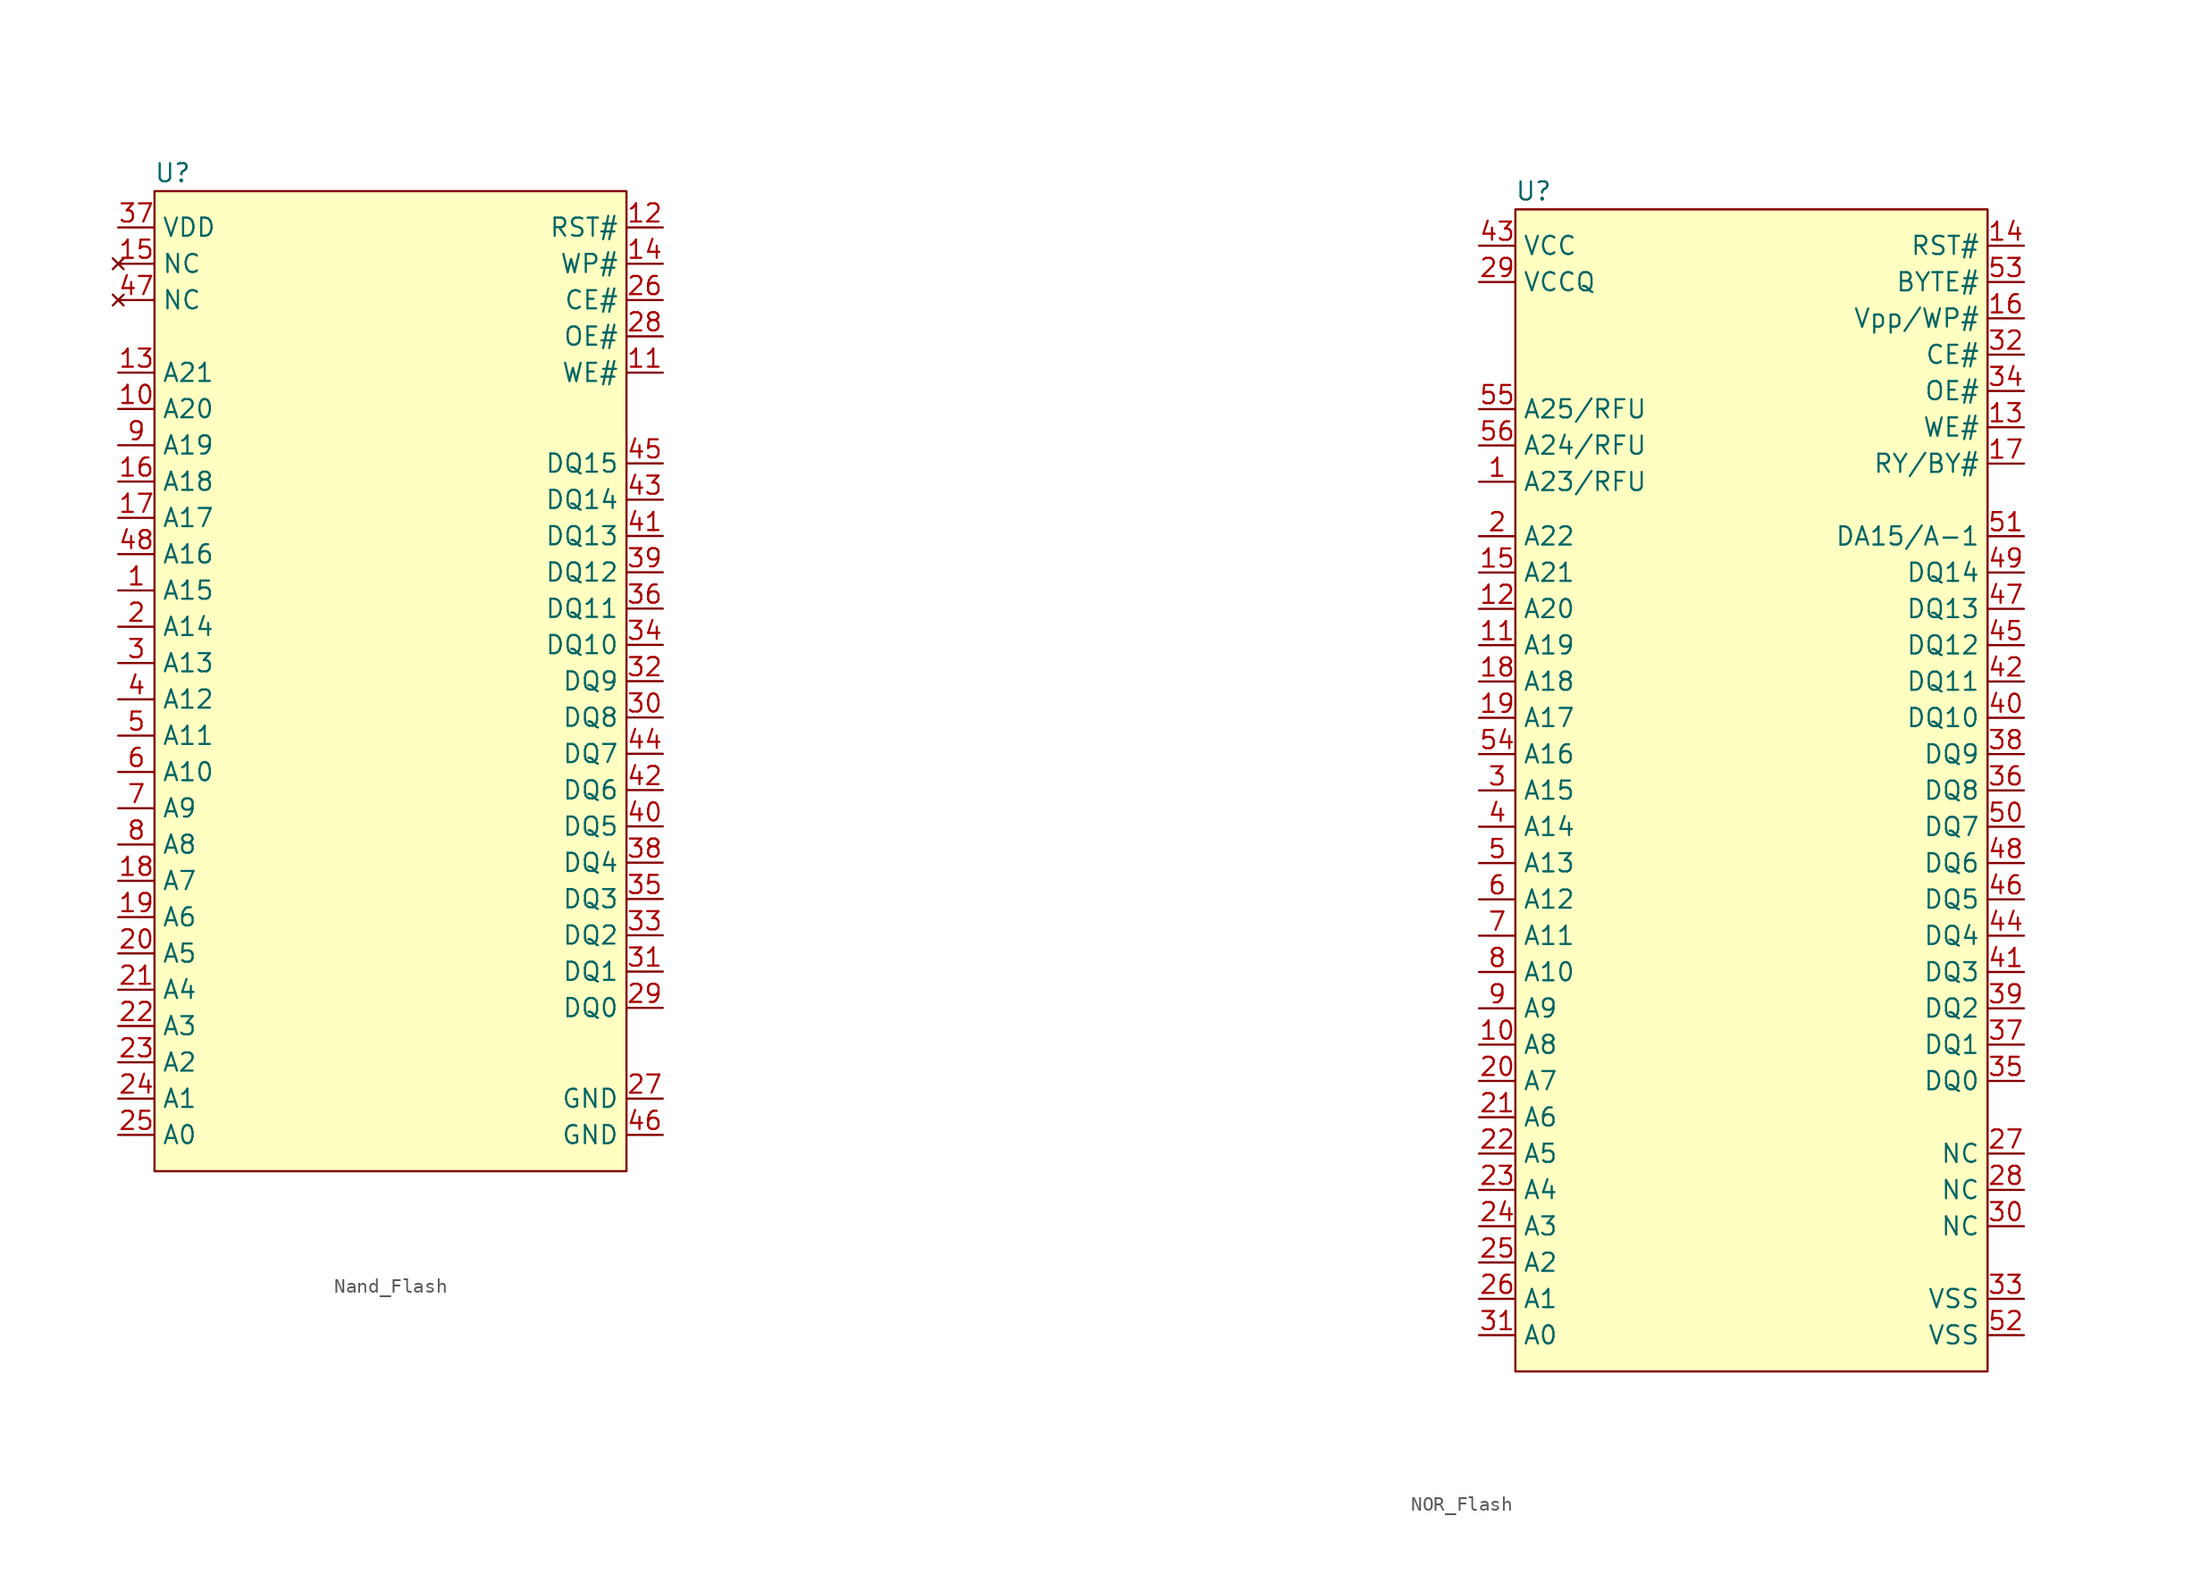
<source format=kicad_sym>
(kicad_symbol_lib
  (version 20220914)
  (generator kicad_symbol_editor)
  (symbol "Nand_Flash"
    (property "Reference" "U"
      (at 1.27 69.85 0)
      (effects (font (size 1.27 1.27))))
    (property "Value" ""
      (at -2.54 40.64 0)
      (effects (font (size 1.27 1.27))))
    (symbol "Nand_Flash_0_0"
      (pin input line (at -2.54 40.64 0) (length 2.54) (name "A15" (effects (font (size 1.27 1.27)))) (number "1" (effects (font (size 1.27 1.27)))))
      (pin input line (at -2.54 53.34 0) (length 2.54) (name "A20" (effects (font (size 1.27 1.27)))) (number "10" (effects (font (size 1.27 1.27)))))
      (pin input line (at 35.56 55.88 180) (length 2.54) (name "WE#" (effects (font (size 1.27 1.27)))) (number "11" (effects (font (size 1.27 1.27)))))
      (pin input line (at 35.56 66.04 180) (length 2.54) (name "RST#" (effects (font (size 1.27 1.27)))) (number "12" (effects (font (size 1.27 1.27)))))
      (pin input line (at -2.54 55.88 0) (length 2.54) (name "A21" (effects (font (size 1.27 1.27)))) (number "13" (effects (font (size 1.27 1.27)))))
      (pin input line (at 35.56 63.5 180) (length 2.54) (name "WP#" (effects (font (size 1.27 1.27)))) (number "14" (effects (font (size 1.27 1.27)))))
      (pin no_connect line (at -2.54 63.5 0) (length 2.54) (name "NC" (effects (font (size 1.27 1.27)))) (number "15" (effects (font (size 1.27 1.27)))))
      (pin input line (at -2.54 48.26 0) (length 2.54) (name "A18" (effects (font (size 1.27 1.27)))) (number "16" (effects (font (size 1.27 1.27)))))
      (pin input line (at -2.54 45.72 0) (length 2.54) (name "A17" (effects (font (size 1.27 1.27)))) (number "17" (effects (font (size 1.27 1.27)))))
      (pin input line (at -2.54 20.32 0) (length 2.54) (name "A7" (effects (font (size 1.27 1.27)))) (number "18" (effects (font (size 1.27 1.27)))))
      (pin input line (at -2.54 17.78 0) (length 2.54) (name "A6" (effects (font (size 1.27 1.27)))) (number "19" (effects (font (size 1.27 1.27)))))
      (pin input line (at -2.54 38.1 0) (length 2.54) (name "A14" (effects (font (size 1.27 1.27)))) (number "2" (effects (font (size 1.27 1.27)))))
      (pin input line (at -2.54 15.24 0) (length 2.54) (name "A5" (effects (font (size 1.27 1.27)))) (number "20" (effects (font (size 1.27 1.27)))))
      (pin input line (at -2.54 12.7 0) (length 2.54) (name "A4" (effects (font (size 1.27 1.27)))) (number "21" (effects (font (size 1.27 1.27)))))
      (pin input line (at -2.54 10.16 0) (length 2.54) (name "A3" (effects (font (size 1.27 1.27)))) (number "22" (effects (font (size 1.27 1.27)))))
      (pin input line (at -2.54 7.62 0) (length 2.54) (name "A2" (effects (font (size 1.27 1.27)))) (number "23" (effects (font (size 1.27 1.27)))))
      (pin input line (at -2.54 5.08 0) (length 2.54) (name "A1" (effects (font (size 1.27 1.27)))) (number "24" (effects (font (size 1.27 1.27)))))
      (pin input line (at -2.54 2.54 0) (length 2.54) (name "A0" (effects (font (size 1.27 1.27)))) (number "25" (effects (font (size 1.27 1.27)))))
      (pin input line (at 35.56 60.96 180) (length 2.54) (name "CE#" (effects (font (size 1.27 1.27)))) (number "26" (effects (font (size 1.27 1.27)))))
      (pin input line (at 35.56 5.08 180) (length 2.54) (name "GND" (effects (font (size 1.27 1.27)))) (number "27" (effects (font (size 1.27 1.27)))))
      (pin input line (at 35.56 58.42 180) (length 2.54) (name "OE#" (effects (font (size 1.27 1.27)))) (number "28" (effects (font (size 1.27 1.27)))))
      (pin input line (at 35.56 11.43 180) (length 2.54) (name "DQ0" (effects (font (size 1.27 1.27)))) (number "29" (effects (font (size 1.27 1.27)))))
      (pin input line (at -2.54 35.56 0) (length 2.54) (name "A13" (effects (font (size 1.27 1.27)))) (number "3" (effects (font (size 1.27 1.27)))))
      (pin input line (at 35.56 31.75 180) (length 2.54) (name "DQ8" (effects (font (size 1.27 1.27)))) (number "30" (effects (font (size 1.27 1.27)))))
      (pin input line (at 35.56 13.97 180) (length 2.54) (name "DQ1" (effects (font (size 1.27 1.27)))) (number "31" (effects (font (size 1.27 1.27)))))
      (pin input line (at 35.56 34.29 180) (length 2.54) (name "DQ9" (effects (font (size 1.27 1.27)))) (number "32" (effects (font (size 1.27 1.27)))))
      (pin input line (at 35.56 16.51 180) (length 2.54) (name "DQ2" (effects (font (size 1.27 1.27)))) (number "33" (effects (font (size 1.27 1.27)))))
      (pin input line (at 35.56 36.83 180) (length 2.54) (name "DQ10" (effects (font (size 1.27 1.27)))) (number "34" (effects (font (size 1.27 1.27)))))
      (pin input line (at 35.56 19.05 180) (length 2.54) (name "DQ3" (effects (font (size 1.27 1.27)))) (number "35" (effects (font (size 1.27 1.27)))))
      (pin input line (at 35.56 39.37 180) (length 2.54) (name "DQ11" (effects (font (size 1.27 1.27)))) (number "36" (effects (font (size 1.27 1.27)))))
      (pin input line (at -2.54 66.04 0) (length 2.54) (name "VDD" (effects (font (size 1.27 1.27)))) (number "37" (effects (font (size 1.27 1.27)))))
      (pin input line (at 35.56 21.59 180) (length 2.54) (name "DQ4" (effects (font (size 1.27 1.27)))) (number "38" (effects (font (size 1.27 1.27)))))
      (pin input line (at 35.56 41.91 180) (length 2.54) (name "DQ12" (effects (font (size 1.27 1.27)))) (number "39" (effects (font (size 1.27 1.27)))))
      (pin input line (at -2.54 33.02 0) (length 2.54) (name "A12" (effects (font (size 1.27 1.27)))) (number "4" (effects (font (size 1.27 1.27)))))
      (pin input line (at 35.56 24.13 180) (length 2.54) (name "DQ5" (effects (font (size 1.27 1.27)))) (number "40" (effects (font (size 1.27 1.27)))))
      (pin input line (at 35.56 44.45 180) (length 2.54) (name "DQ13" (effects (font (size 1.27 1.27)))) (number "41" (effects (font (size 1.27 1.27)))))
      (pin input line (at 35.56 26.67 180) (length 2.54) (name "DQ6" (effects (font (size 1.27 1.27)))) (number "42" (effects (font (size 1.27 1.27)))))
      (pin input line (at 35.56 46.99 180) (length 2.54) (name "DQ14" (effects (font (size 1.27 1.27)))) (number "43" (effects (font (size 1.27 1.27)))))
      (pin input line (at 35.56 29.21 180) (length 2.54) (name "DQ7" (effects (font (size 1.27 1.27)))) (number "44" (effects (font (size 1.27 1.27)))))
      (pin input line (at 35.56 49.53 180) (length 2.54) (name "DQ15" (effects (font (size 1.27 1.27)))) (number "45" (effects (font (size 1.27 1.27)))))
      (pin input line (at 35.56 2.54 180) (length 2.54) (name "GND" (effects (font (size 1.27 1.27)))) (number "46" (effects (font (size 1.27 1.27)))))
      (pin no_connect line (at -2.54 60.96 0) (length 2.54) (name "NC" (effects (font (size 1.27 1.27)))) (number "47" (effects (font (size 1.27 1.27)))))
      (pin input line (at -2.54 43.18 0) (length 2.54) (name "A16" (effects (font (size 1.27 1.27)))) (number "48" (effects (font (size 1.27 1.27)))))
      (pin input line (at -2.54 30.48 0) (length 2.54) (name "A11" (effects (font (size 1.27 1.27)))) (number "5" (effects (font (size 1.27 1.27)))))
      (pin input line (at -2.54 27.94 0) (length 2.54) (name "A10" (effects (font (size 1.27 1.27)))) (number "6" (effects (font (size 1.27 1.27)))))
      (pin input line (at -2.54 25.4 0) (length 2.54) (name "A9" (effects (font (size 1.27 1.27)))) (number "7" (effects (font (size 1.27 1.27)))))
      (pin input line (at -2.54 22.86 0) (length 2.54) (name "A8" (effects (font (size 1.27 1.27)))) (number "8" (effects (font (size 1.27 1.27)))))
      (pin input line (at -2.54 50.8 0) (length 2.54) (name "A19" (effects (font (size 1.27 1.27)))) (number "9" (effects (font (size 1.27 1.27))))))
    (symbol "Nand_Flash_1_1"
      (rectangle (start 0 68.58) (end 33.02 0) (stroke (width 0) (type default)) (fill (type background)))))
  (symbol "NOR_Flash"
    (property "Reference" "U"
      (at 1.27 82.55 0)
      (effects (font (size 1.27 1.27))))
    (property "Value" ""
      (at -43.18 6.35 0)
      (effects (font (size 1.27 1.27))))
    (symbol "NOR_Flash_1_1"
      (rectangle (start 0 81.28) (end 33.02 0) (stroke (width 0) (type default)) (fill (type background)))
      (pin input line (at -2.54 62.23 0) (length 2.54) (name "A23/RFU" (effects (font (size 1.27 1.27)))) (number "1" (effects (font (size 1.27 1.27)))))
      (pin input line (at -2.54 22.86 0) (length 2.54) (name "A8" (effects (font (size 1.27 1.27)))) (number "10" (effects (font (size 1.27 1.27)))))
      (pin input line (at -2.54 50.8 0) (length 2.54) (name "A19" (effects (font (size 1.27 1.27)))) (number "11" (effects (font (size 1.27 1.27)))))
      (pin input line (at -2.54 53.34 0) (length 2.54) (name "A20" (effects (font (size 1.27 1.27)))) (number "12" (effects (font (size 1.27 1.27)))))
      (pin input line (at 35.56 66.04 180) (length 2.54) (name "WE#" (effects (font (size 1.27 1.27)))) (number "13" (effects (font (size 1.27 1.27)))))
      (pin input line (at 35.56 78.74 180) (length 2.54) (name "RST#" (effects (font (size 1.27 1.27)))) (number "14" (effects (font (size 1.27 1.27)))))
      (pin input line (at -2.54 55.88 0) (length 2.54) (name "A21" (effects (font (size 1.27 1.27)))) (number "15" (effects (font (size 1.27 1.27)))))
      (pin input line (at 35.56 73.66 180) (length 2.54) (name "Vpp/WP#" (effects (font (size 1.27 1.27)))) (number "16" (effects (font (size 1.27 1.27)))))
      (pin output line (at 35.56 63.5 180) (length 2.54) (name "RY/BY#" (effects (font (size 1.27 1.27)))) (number "17" (effects (font (size 1.27 1.27)))))
      (pin input line (at -2.54 48.26 0) (length 2.54) (name "A18" (effects (font (size 1.27 1.27)))) (number "18" (effects (font (size 1.27 1.27)))))
      (pin input line (at -2.54 45.72 0) (length 2.54) (name "A17" (effects (font (size 1.27 1.27)))) (number "19" (effects (font (size 1.27 1.27)))))
      (pin input line (at -2.54 58.42 0) (length 2.54) (name "A22" (effects (font (size 1.27 1.27)))) (number "2" (effects (font (size 1.27 1.27)))))
      (pin input line (at -2.54 20.32 0) (length 2.54) (name "A7" (effects (font (size 1.27 1.27)))) (number "20" (effects (font (size 1.27 1.27)))))
      (pin input line (at -2.54 17.78 0) (length 2.54) (name "A6" (effects (font (size 1.27 1.27)))) (number "21" (effects (font (size 1.27 1.27)))))
      (pin input line (at -2.54 15.24 0) (length 2.54) (name "A5" (effects (font (size 1.27 1.27)))) (number "22" (effects (font (size 1.27 1.27)))))
      (pin input line (at -2.54 12.7 0) (length 2.54) (name "A4" (effects (font (size 1.27 1.27)))) (number "23" (effects (font (size 1.27 1.27)))))
      (pin input line (at -2.54 10.16 0) (length 2.54) (name "A3" (effects (font (size 1.27 1.27)))) (number "24" (effects (font (size 1.27 1.27)))))
      (pin input line (at -2.54 7.62 0) (length 2.54) (name "A2" (effects (font (size 1.27 1.27)))) (number "25" (effects (font (size 1.27 1.27)))))
      (pin input line (at -2.54 5.08 0) (length 2.54) (name "A1" (effects (font (size 1.27 1.27)))) (number "26" (effects (font (size 1.27 1.27)))))
      (pin input line (at 35.56 15.24 180) (length 2.54) (name "NC" (effects (font (size 1.27 1.27)))) (number "27" (effects (font (size 1.27 1.27)))))
      (pin input line (at 35.56 12.7 180) (length 2.54) (name "NC" (effects (font (size 1.27 1.27)))) (number "28" (effects (font (size 1.27 1.27)))))
      (pin input line (at -2.54 76.2 0) (length 2.54) (name "VCCQ" (effects (font (size 1.27 1.27)))) (number "29" (effects (font (size 1.27 1.27)))))
      (pin input line (at -2.54 40.64 0) (length 2.54) (name "A15" (effects (font (size 1.27 1.27)))) (number "3" (effects (font (size 1.27 1.27)))))
      (pin input line (at 35.56 10.16 180) (length 2.54) (name "NC" (effects (font (size 1.27 1.27)))) (number "30" (effects (font (size 1.27 1.27)))))
      (pin input line (at -2.54 2.54 0) (length 2.54) (name "A0" (effects (font (size 1.27 1.27)))) (number "31" (effects (font (size 1.27 1.27)))))
      (pin input line (at 35.56 71.12 180) (length 2.54) (name "CE#" (effects (font (size 1.27 1.27)))) (number "32" (effects (font (size 1.27 1.27)))))
      (pin input line (at 35.56 5.08 180) (length 2.54) (name "VSS" (effects (font (size 1.27 1.27)))) (number "33" (effects (font (size 1.27 1.27)))))
      (pin input line (at 35.56 68.58 180) (length 2.54) (name "OE#" (effects (font (size 1.27 1.27)))) (number "34" (effects (font (size 1.27 1.27)))))
      (pin input line (at 35.56 20.32 180) (length 2.54) (name "DQ0" (effects (font (size 1.27 1.27)))) (number "35" (effects (font (size 1.27 1.27)))))
      (pin input line (at 35.56 40.64 180) (length 2.54) (name "DQ8" (effects (font (size 1.27 1.27)))) (number "36" (effects (font (size 1.27 1.27)))))
      (pin input line (at 35.56 22.86 180) (length 2.54) (name "DQ1" (effects (font (size 1.27 1.27)))) (number "37" (effects (font (size 1.27 1.27)))))
      (pin input line (at 35.56 43.18 180) (length 2.54) (name "DQ9" (effects (font (size 1.27 1.27)))) (number "38" (effects (font (size 1.27 1.27)))))
      (pin input line (at 35.56 25.4 180) (length 2.54) (name "DQ2" (effects (font (size 1.27 1.27)))) (number "39" (effects (font (size 1.27 1.27)))))
      (pin input line (at -2.54 38.1 0) (length 2.54) (name "A14" (effects (font (size 1.27 1.27)))) (number "4" (effects (font (size 1.27 1.27)))))
      (pin input line (at 35.56 45.72 180) (length 2.54) (name "DQ10" (effects (font (size 1.27 1.27)))) (number "40" (effects (font (size 1.27 1.27)))))
      (pin input line (at 35.56 27.94 180) (length 2.54) (name "DQ3" (effects (font (size 1.27 1.27)))) (number "41" (effects (font (size 1.27 1.27)))))
      (pin input line (at 35.56 48.26 180) (length 2.54) (name "DQ11" (effects (font (size 1.27 1.27)))) (number "42" (effects (font (size 1.27 1.27)))))
      (pin input line (at -2.54 78.74 0) (length 2.54) (name "VCC" (effects (font (size 1.27 1.27)))) (number "43" (effects (font (size 1.27 1.27)))))
      (pin input line (at 35.56 30.48 180) (length 2.54) (name "DQ4" (effects (font (size 1.27 1.27)))) (number "44" (effects (font (size 1.27 1.27)))))
      (pin input line (at 35.56 50.8 180) (length 2.54) (name "DQ12" (effects (font (size 1.27 1.27)))) (number "45" (effects (font (size 1.27 1.27)))))
      (pin input line (at 35.56 33.02 180) (length 2.54) (name "DQ5" (effects (font (size 1.27 1.27)))) (number "46" (effects (font (size 1.27 1.27)))))
      (pin input line (at 35.56 53.34 180) (length 2.54) (name "DQ13" (effects (font (size 1.27 1.27)))) (number "47" (effects (font (size 1.27 1.27)))))
      (pin input line (at 35.56 35.56 180) (length 2.54) (name "DQ6" (effects (font (size 1.27 1.27)))) (number "48" (effects (font (size 1.27 1.27)))))
      (pin input line (at 35.56 55.88 180) (length 2.54) (name "DQ14" (effects (font (size 1.27 1.27)))) (number "49" (effects (font (size 1.27 1.27)))))
      (pin input line (at -2.54 35.56 0) (length 2.54) (name "A13" (effects (font (size 1.27 1.27)))) (number "5" (effects (font (size 1.27 1.27)))))
      (pin input line (at 35.56 38.1 180) (length 2.54) (name "DQ7" (effects (font (size 1.27 1.27)))) (number "50" (effects (font (size 1.27 1.27)))))
      (pin input line (at 35.56 58.42 180) (length 2.54) (name "DA15/A-1" (effects (font (size 1.27 1.27)))) (number "51" (effects (font (size 1.27 1.27)))))
      (pin input line (at 35.56 2.54 180) (length 2.54) (name "VSS" (effects (font (size 1.27 1.27)))) (number "52" (effects (font (size 1.27 1.27)))))
      (pin input line (at 35.56 76.2 180) (length 2.54) (name "BYTE#" (effects (font (size 1.27 1.27)))) (number "53" (effects (font (size 1.27 1.27)))))
      (pin input line (at -2.54 43.18 0) (length 2.54) (name "A16" (effects (font (size 1.27 1.27)))) (number "54" (effects (font (size 1.27 1.27)))))
      (pin input line (at -2.54 67.31 0) (length 2.54) (name "A25/RFU" (effects (font (size 1.27 1.27)))) (number "55" (effects (font (size 1.27 1.27)))))
      (pin input line (at -2.54 64.77 0) (length 2.54) (name "A24/RFU" (effects (font (size 1.27 1.27)))) (number "56" (effects (font (size 1.27 1.27)))))
      (pin input line (at -2.54 33.02 0) (length 2.54) (name "A12" (effects (font (size 1.27 1.27)))) (number "6" (effects (font (size 1.27 1.27)))))
      (pin input line (at -2.54 30.48 0) (length 2.54) (name "A11" (effects (font (size 1.27 1.27)))) (number "7" (effects (font (size 1.27 1.27)))))
      (pin input line (at -2.54 27.94 0) (length 2.54) (name "A10" (effects (font (size 1.27 1.27)))) (number "8" (effects (font (size 1.27 1.27)))))
      (pin input line (at -2.54 25.4 0) (length 2.54) (name "A9" (effects (font (size 1.27 1.27)))) (number "9" (effects (font (size 1.27 1.27))))))))
</source>
